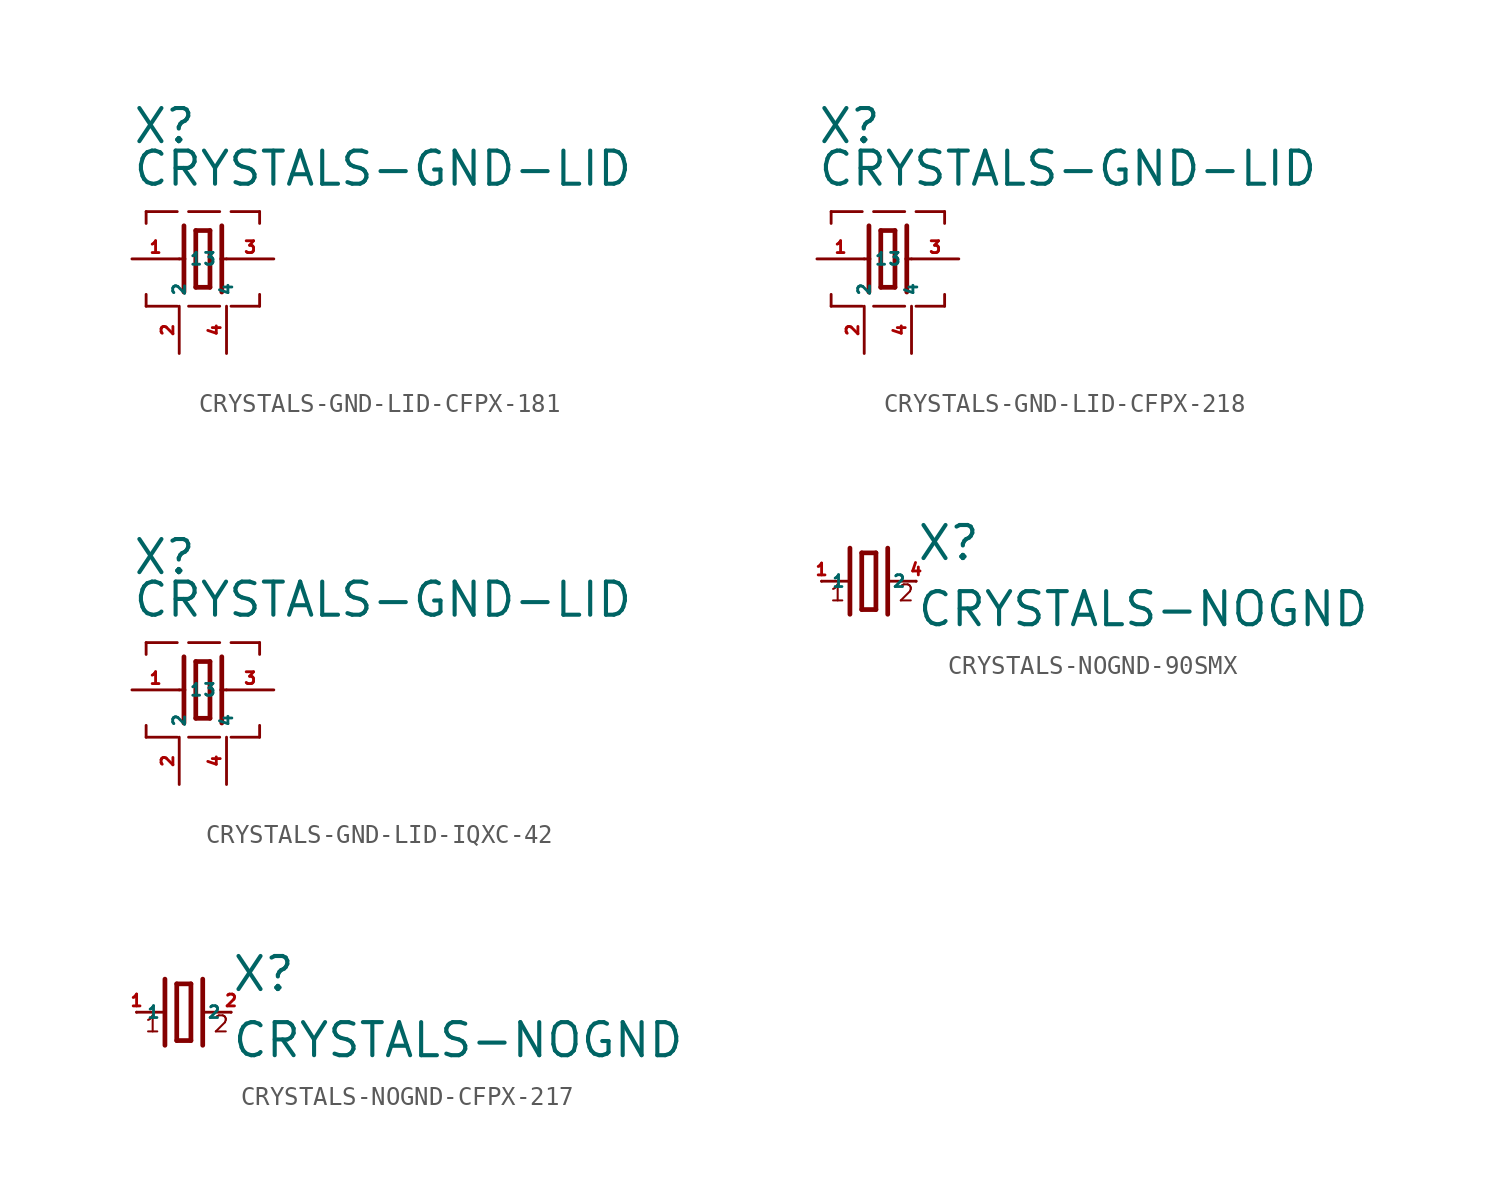
<source format=kicad_sym>
(kicad_symbol_lib
  (version 20220914)
  (generator Eagle2Kicad)
  (symbol "CRYSTALS-GND-LID-CFPX-181"
    (property "Reference" "X"
      (at -2.54 6.096 0)
      (effects (font (size 1.778 1.778) (thickness 0.22)) (justify left bottom)))
    (property "Value" "CRYSTALS-GND-LID"
      (at -2.54 3.81 0)
      (effects (font (size 1.778 1.778) (thickness 0.22)) (justify left bottom)))
    (polyline
      (pts (xy 2.286 0) (xy 2.54 0))
      (stroke (width 0.152) (type default))
      (fill (type none)))
    (polyline
      (pts (xy 0 0) (xy 0.254 0))
      (stroke (width 0.152) (type default))
      (fill (type none)))
    (polyline
      (pts (xy 0.889 1.524) (xy 0.889 -1.524))
      (stroke (width 0.254) (type default))
      (fill (type none)))
    (polyline
      (pts (xy 0.889 -1.524) (xy 1.651 -1.524))
      (stroke (width 0.254) (type default))
      (fill (type none)))
    (polyline
      (pts (xy 1.651 -1.524) (xy 1.651 1.524))
      (stroke (width 0.254) (type default))
      (fill (type none)))
    (polyline
      (pts (xy 1.651 1.524) (xy 0.889 1.524))
      (stroke (width 0.254) (type default))
      (fill (type none)))
    (polyline
      (pts (xy 2.286 1.778) (xy 2.286 0))
      (stroke (width 0.254) (type default))
      (fill (type none)))
    (polyline
      (pts (xy 2.286 0) (xy 2.286 -1.778))
      (stroke (width 0.254) (type default))
      (fill (type none)))
    (polyline
      (pts (xy 0.254 1.778) (xy 0.254 0))
      (stroke (width 0.254) (type default))
      (fill (type none)))
    (polyline
      (pts (xy 0.254 0) (xy 0.254 -1.778))
      (stroke (width 0.254) (type default))
      (fill (type none)))
    (polyline
      (pts (xy -1.778 1.905) (xy -1.778 2.54))
      (stroke (width 0.152) (type dash))
      (fill (type none)))
    (polyline
      (pts (xy -1.778 2.54) (xy 4.318 2.54))
      (stroke (width 0.152) (type dash))
      (fill (type none)))
    (polyline
      (pts (xy 4.318 2.54) (xy 4.318 1.905))
      (stroke (width 0.152) (type dash))
      (fill (type none)))
    (polyline
      (pts (xy 4.318 -1.905) (xy 4.318 -2.54))
      (stroke (width 0.152) (type dash))
      (fill (type none)))
    (polyline
      (pts (xy -1.778 -2.54) (xy 4.318 -2.54))
      (stroke (width 0.152) (type dash))
      (fill (type none)))
    (polyline
      (pts (xy -1.778 -2.54) (xy -1.778 -1.905))
      (stroke (width 0.152) (type dash))
      (fill (type none)))
    (pin passive line
      (at 5.08 0 180)
      (length 2.54)
      (name "3" (effects (font (size 0.635 0.635) (thickness 0.08)) (justify left bottom)))
      (number "3" (effects (font (size 0.635 0.635) (thickness 0.08)) (justify left bottom))))
    (pin passive line
      (at -2.54 0 0)
      (length 2.54)
      (name "1" (effects (font (size 0.635 0.635) (thickness 0.08)) (justify left bottom)))
      (number "1" (effects (font (size 0.635 0.635) (thickness 0.08)) (justify left bottom))))
    (pin passive line
      (at 2.54 -5.08 90)
      (length 2.54)
      (name "4" (effects (font (size 0.635 0.635) (thickness 0.08)) (justify left bottom)))
      (number "4" (effects (font (size 0.635 0.635) (thickness 0.08)) (justify left bottom))))
    (pin passive line
      (at 0 -5.08 90)
      (length 2.54)
      (name "2" (effects (font (size 0.635 0.635) (thickness 0.08)) (justify left bottom)))
      (number "2" (effects (font (size 0.635 0.635) (thickness 0.08)) (justify left bottom)))))
  (symbol "CRYSTALS-GND-LID-CFPX-218"
    (property "Reference" "X"
      (at -2.54 6.096 0)
      (effects (font (size 1.778 1.778) (thickness 0.22)) (justify left bottom)))
    (property "Value" "CRYSTALS-GND-LID"
      (at -2.54 3.81 0)
      (effects (font (size 1.778 1.778) (thickness 0.22)) (justify left bottom)))
    (polyline
      (pts (xy 2.286 0) (xy 2.54 0))
      (stroke (width 0.152) (type default))
      (fill (type none)))
    (polyline
      (pts (xy 0 0) (xy 0.254 0))
      (stroke (width 0.152) (type default))
      (fill (type none)))
    (polyline
      (pts (xy 0.889 1.524) (xy 0.889 -1.524))
      (stroke (width 0.254) (type default))
      (fill (type none)))
    (polyline
      (pts (xy 0.889 -1.524) (xy 1.651 -1.524))
      (stroke (width 0.254) (type default))
      (fill (type none)))
    (polyline
      (pts (xy 1.651 -1.524) (xy 1.651 1.524))
      (stroke (width 0.254) (type default))
      (fill (type none)))
    (polyline
      (pts (xy 1.651 1.524) (xy 0.889 1.524))
      (stroke (width 0.254) (type default))
      (fill (type none)))
    (polyline
      (pts (xy 2.286 1.778) (xy 2.286 0))
      (stroke (width 0.254) (type default))
      (fill (type none)))
    (polyline
      (pts (xy 2.286 0) (xy 2.286 -1.778))
      (stroke (width 0.254) (type default))
      (fill (type none)))
    (polyline
      (pts (xy 0.254 1.778) (xy 0.254 0))
      (stroke (width 0.254) (type default))
      (fill (type none)))
    (polyline
      (pts (xy 0.254 0) (xy 0.254 -1.778))
      (stroke (width 0.254) (type default))
      (fill (type none)))
    (polyline
      (pts (xy -1.778 1.905) (xy -1.778 2.54))
      (stroke (width 0.152) (type dash))
      (fill (type none)))
    (polyline
      (pts (xy -1.778 2.54) (xy 4.318 2.54))
      (stroke (width 0.152) (type dash))
      (fill (type none)))
    (polyline
      (pts (xy 4.318 2.54) (xy 4.318 1.905))
      (stroke (width 0.152) (type dash))
      (fill (type none)))
    (polyline
      (pts (xy 4.318 -1.905) (xy 4.318 -2.54))
      (stroke (width 0.152) (type dash))
      (fill (type none)))
    (polyline
      (pts (xy -1.778 -2.54) (xy 4.318 -2.54))
      (stroke (width 0.152) (type dash))
      (fill (type none)))
    (polyline
      (pts (xy -1.778 -2.54) (xy -1.778 -1.905))
      (stroke (width 0.152) (type dash))
      (fill (type none)))
    (pin passive line
      (at 5.08 0 180)
      (length 2.54)
      (name "3" (effects (font (size 0.635 0.635) (thickness 0.08)) (justify left bottom)))
      (number "3" (effects (font (size 0.635 0.635) (thickness 0.08)) (justify left bottom))))
    (pin passive line
      (at -2.54 0 0)
      (length 2.54)
      (name "1" (effects (font (size 0.635 0.635) (thickness 0.08)) (justify left bottom)))
      (number "1" (effects (font (size 0.635 0.635) (thickness 0.08)) (justify left bottom))))
    (pin passive line
      (at 2.54 -5.08 90)
      (length 2.54)
      (name "4" (effects (font (size 0.635 0.635) (thickness 0.08)) (justify left bottom)))
      (number "4" (effects (font (size 0.635 0.635) (thickness 0.08)) (justify left bottom))))
    (pin passive line
      (at 0 -5.08 90)
      (length 2.54)
      (name "2" (effects (font (size 0.635 0.635) (thickness 0.08)) (justify left bottom)))
      (number "2" (effects (font (size 0.635 0.635) (thickness 0.08)) (justify left bottom)))))
  (symbol "CRYSTALS-GND-LID-IQXC-42"
    (property "Reference" "X"
      (at -2.54 6.096 0)
      (effects (font (size 1.778 1.778) (thickness 0.22)) (justify left bottom)))
    (property "Value" "CRYSTALS-GND-LID"
      (at -2.54 3.81 0)
      (effects (font (size 1.778 1.778) (thickness 0.22)) (justify left bottom)))
    (polyline
      (pts (xy 2.286 0) (xy 2.54 0))
      (stroke (width 0.152) (type default))
      (fill (type none)))
    (polyline
      (pts (xy 0 0) (xy 0.254 0))
      (stroke (width 0.152) (type default))
      (fill (type none)))
    (polyline
      (pts (xy 0.889 1.524) (xy 0.889 -1.524))
      (stroke (width 0.254) (type default))
      (fill (type none)))
    (polyline
      (pts (xy 0.889 -1.524) (xy 1.651 -1.524))
      (stroke (width 0.254) (type default))
      (fill (type none)))
    (polyline
      (pts (xy 1.651 -1.524) (xy 1.651 1.524))
      (stroke (width 0.254) (type default))
      (fill (type none)))
    (polyline
      (pts (xy 1.651 1.524) (xy 0.889 1.524))
      (stroke (width 0.254) (type default))
      (fill (type none)))
    (polyline
      (pts (xy 2.286 1.778) (xy 2.286 0))
      (stroke (width 0.254) (type default))
      (fill (type none)))
    (polyline
      (pts (xy 2.286 0) (xy 2.286 -1.778))
      (stroke (width 0.254) (type default))
      (fill (type none)))
    (polyline
      (pts (xy 0.254 1.778) (xy 0.254 0))
      (stroke (width 0.254) (type default))
      (fill (type none)))
    (polyline
      (pts (xy 0.254 0) (xy 0.254 -1.778))
      (stroke (width 0.254) (type default))
      (fill (type none)))
    (polyline
      (pts (xy -1.778 1.905) (xy -1.778 2.54))
      (stroke (width 0.152) (type dash))
      (fill (type none)))
    (polyline
      (pts (xy -1.778 2.54) (xy 4.318 2.54))
      (stroke (width 0.152) (type dash))
      (fill (type none)))
    (polyline
      (pts (xy 4.318 2.54) (xy 4.318 1.905))
      (stroke (width 0.152) (type dash))
      (fill (type none)))
    (polyline
      (pts (xy 4.318 -1.905) (xy 4.318 -2.54))
      (stroke (width 0.152) (type dash))
      (fill (type none)))
    (polyline
      (pts (xy -1.778 -2.54) (xy 4.318 -2.54))
      (stroke (width 0.152) (type dash))
      (fill (type none)))
    (polyline
      (pts (xy -1.778 -2.54) (xy -1.778 -1.905))
      (stroke (width 0.152) (type dash))
      (fill (type none)))
    (pin passive line
      (at 5.08 0 180)
      (length 2.54)
      (name "3" (effects (font (size 0.635 0.635) (thickness 0.08)) (justify left bottom)))
      (number "3" (effects (font (size 0.635 0.635) (thickness 0.08)) (justify left bottom))))
    (pin passive line
      (at -2.54 0 0)
      (length 2.54)
      (name "1" (effects (font (size 0.635 0.635) (thickness 0.08)) (justify left bottom)))
      (number "1" (effects (font (size 0.635 0.635) (thickness 0.08)) (justify left bottom))))
    (pin passive line
      (at 2.54 -5.08 90)
      (length 2.54)
      (name "4" (effects (font (size 0.635 0.635) (thickness 0.08)) (justify left bottom)))
      (number "4" (effects (font (size 0.635 0.635) (thickness 0.08)) (justify left bottom))))
    (pin passive line
      (at 0 -5.08 90)
      (length 2.54)
      (name "2" (effects (font (size 0.635 0.635) (thickness 0.08)) (justify left bottom)))
      (number "2" (effects (font (size 0.635 0.635) (thickness 0.08)) (justify left bottom)))))
  (symbol "CRYSTALS-NOGND-90SMX"
    (property "Reference" "X"
      (at 2.54 1.016 0)
      (effects (font (size 1.778 1.778) (thickness 0.22)) (justify left bottom)))
    (property "Value" "CRYSTALS-NOGND"
      (at 2.54 -2.54 0)
      (effects (font (size 1.778 1.778) (thickness 0.22)) (justify left bottom)))
    (polyline
      (pts (xy 1.016 0) (xy 2.54 0))
      (stroke (width 0.152) (type default))
      (fill (type none)))
    (polyline
      (pts (xy -2.54 0) (xy -1.016 0))
      (stroke (width 0.152) (type default))
      (fill (type none)))
    (polyline
      (pts (xy -0.381 1.524) (xy -0.381 -1.524))
      (stroke (width 0.254) (type default))
      (fill (type none)))
    (polyline
      (pts (xy -0.381 -1.524) (xy 0.381 -1.524))
      (stroke (width 0.254) (type default))
      (fill (type none)))
    (polyline
      (pts (xy 0.381 -1.524) (xy 0.381 1.524))
      (stroke (width 0.254) (type default))
      (fill (type none)))
    (polyline
      (pts (xy 0.381 1.524) (xy -0.381 1.524))
      (stroke (width 0.254) (type default))
      (fill (type none)))
    (polyline
      (pts (xy 1.016 1.778) (xy 1.016 -1.778))
      (stroke (width 0.254) (type default))
      (fill (type none)))
    (polyline
      (pts (xy -1.016 1.778) (xy -1.016 -1.778))
      (stroke (width 0.254) (type default))
      (fill (type none)))
    (text "1"
      (at -2.159 -1.143 0)
      (effects (font (size 0.864 0.864) (thickness 0.11)) (justify left bottom)))
    (text "2"
      (at 1.524 -1.143 0)
      (effects (font (size 0.864 0.864) (thickness 0.11)) (justify left bottom)))
    (pin passive line
      (at 2.54 0 180)
      (length 0)
      (name "2" (effects (font (size 0.635 0.635) (thickness 0.08)) (justify left bottom)))
      (number "4" (effects (font (size 0.635 0.635) (thickness 0.08)) (justify left bottom))))
    (pin passive line
      (at -2.54 0 0)
      (length 0)
      (name "1" (effects (font (size 0.635 0.635) (thickness 0.08)) (justify left bottom)))
      (number "1" (effects (font (size 0.635 0.635) (thickness 0.08)) (justify left bottom)))))
  (symbol "CRYSTALS-NOGND-CFPX-217"
    (property "Reference" "X"
      (at 2.54 1.016 0)
      (effects (font (size 1.778 1.778) (thickness 0.22)) (justify left bottom)))
    (property "Value" "CRYSTALS-NOGND"
      (at 2.54 -2.54 0)
      (effects (font (size 1.778 1.778) (thickness 0.22)) (justify left bottom)))
    (polyline
      (pts (xy 1.016 0) (xy 2.54 0))
      (stroke (width 0.152) (type default))
      (fill (type none)))
    (polyline
      (pts (xy -2.54 0) (xy -1.016 0))
      (stroke (width 0.152) (type default))
      (fill (type none)))
    (polyline
      (pts (xy -0.381 1.524) (xy -0.381 -1.524))
      (stroke (width 0.254) (type default))
      (fill (type none)))
    (polyline
      (pts (xy -0.381 -1.524) (xy 0.381 -1.524))
      (stroke (width 0.254) (type default))
      (fill (type none)))
    (polyline
      (pts (xy 0.381 -1.524) (xy 0.381 1.524))
      (stroke (width 0.254) (type default))
      (fill (type none)))
    (polyline
      (pts (xy 0.381 1.524) (xy -0.381 1.524))
      (stroke (width 0.254) (type default))
      (fill (type none)))
    (polyline
      (pts (xy 1.016 1.778) (xy 1.016 -1.778))
      (stroke (width 0.254) (type default))
      (fill (type none)))
    (polyline
      (pts (xy -1.016 1.778) (xy -1.016 -1.778))
      (stroke (width 0.254) (type default))
      (fill (type none)))
    (text "1"
      (at -2.159 -1.143 0)
      (effects (font (size 0.864 0.864) (thickness 0.11)) (justify left bottom)))
    (text "2"
      (at 1.524 -1.143 0)
      (effects (font (size 0.864 0.864) (thickness 0.11)) (justify left bottom)))
    (pin passive line
      (at 2.54 0 180)
      (length 0)
      (name "2" (effects (font (size 0.635 0.635) (thickness 0.08)) (justify left bottom)))
      (number "2" (effects (font (size 0.635 0.635) (thickness 0.08)) (justify left bottom))))
    (pin passive line
      (at -2.54 0 0)
      (length 0)
      (name "1" (effects (font (size 0.635 0.635) (thickness 0.08)) (justify left bottom)))
      (number "1" (effects (font (size 0.635 0.635) (thickness 0.08)) (justify left bottom))))))
</source>
